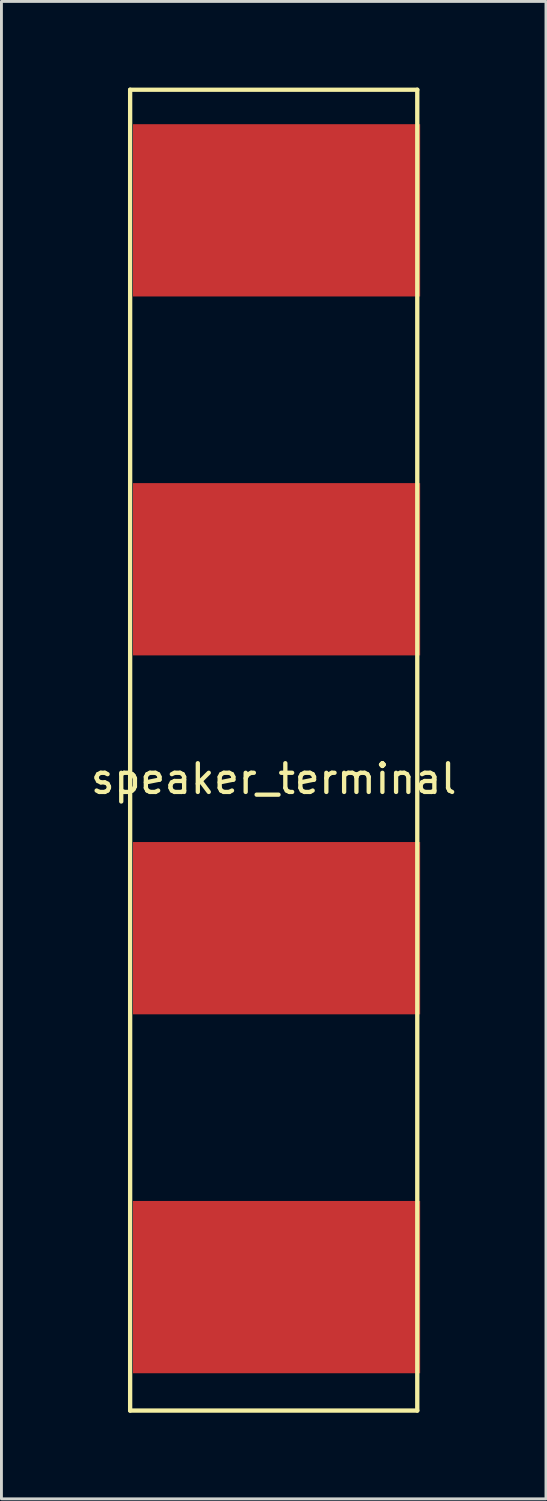
<source format=kicad_pcb>
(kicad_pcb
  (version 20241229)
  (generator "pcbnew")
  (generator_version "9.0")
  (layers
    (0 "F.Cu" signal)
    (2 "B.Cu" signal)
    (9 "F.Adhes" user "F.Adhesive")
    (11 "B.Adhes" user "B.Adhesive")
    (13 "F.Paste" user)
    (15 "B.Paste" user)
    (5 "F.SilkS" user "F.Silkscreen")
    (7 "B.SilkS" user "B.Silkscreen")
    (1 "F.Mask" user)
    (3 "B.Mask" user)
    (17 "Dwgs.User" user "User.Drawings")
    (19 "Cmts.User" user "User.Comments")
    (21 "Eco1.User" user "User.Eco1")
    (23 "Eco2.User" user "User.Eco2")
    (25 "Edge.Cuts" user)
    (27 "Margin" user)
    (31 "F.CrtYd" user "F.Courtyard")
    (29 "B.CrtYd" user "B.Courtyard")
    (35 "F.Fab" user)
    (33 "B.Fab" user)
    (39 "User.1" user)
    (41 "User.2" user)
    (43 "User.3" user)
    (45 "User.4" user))
  (footprint "speaker_terminal"
    (layer "F.Cu")
    (at 6.482 23.575)
    (property "Reference" "speaker_terminal" (at 0 0.5 0) (layer "F.SilkS") (effects (font (size 1 1) (thickness 0.15))))
    (attr through_hole)
    (fp_line (start -5 -23.5) (end 5 -23.5) (stroke (width 0.15) (type solid)) (layer "F.SilkS"))
    (fp_line (start -5 22.5) (end -5 -23.5) (stroke (width 0.15) (type solid)) (layer "F.SilkS"))
    (fp_line (start 5 -23.5) (end 5 22.5) (stroke (width 0.15) (type solid)) (layer "F.SilkS"))
    (fp_line (start 5 22.5) (end -5 22.5) (stroke (width 0.15) (type solid)) (layer "F.SilkS"))
    (fp_line (start 5 -23.5) (end 5 22.5) (stroke (width 0.12) (type solid)) (layer "Eco2.User"))
    (pad "1" smd rect (at 0.1 -19.3) (size 10 6) (layers "F.Cu" "F.Mask" "F.Paste"))
    (pad "2" smd rect (at 0.1 -6.8) (size 10 6) (layers "F.Cu" "F.Mask" "F.Paste"))
    (pad "3" smd rect (at 0.1 5.7) (size 10 6) (layers "F.Cu" "F.Mask" "F.Paste"))
    (pad "4" smd rect (at 0.1 18.2) (size 10 6) (layers "F.Cu" "F.Mask" "F.Paste")))
  (gr_rect
    (start -3 -3)
    (end 15.964 49.15)
    (stroke (width 0.1) (type default))
    (fill no)
    (layer "Edge.Cuts")))
</source>
